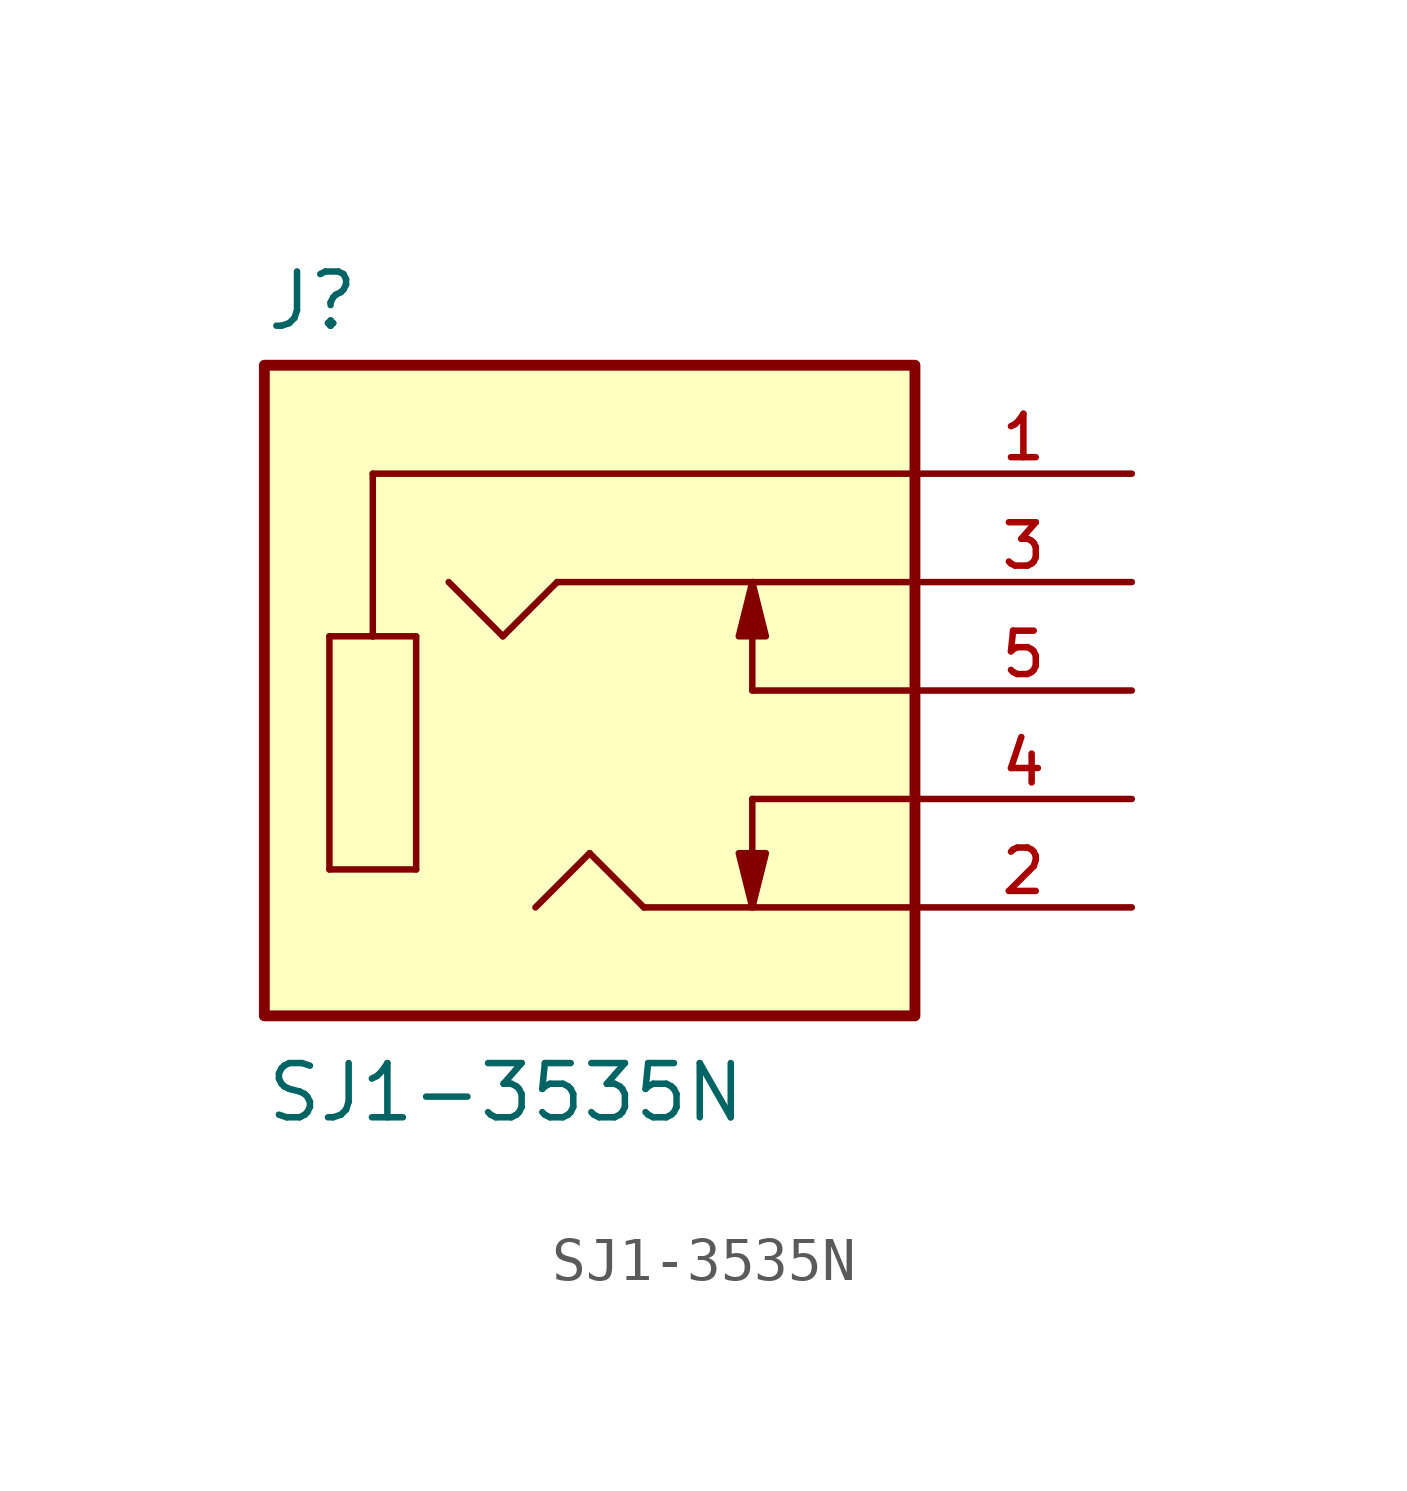
<source format=kicad_sym>
(kicad_symbol_lib
  (version 20211014)
  (generator kicad_symbol_editor)
  (symbol "SJ1-3535N"
    (pin_names
      (offset 1.016))
    (property "Reference" "J"
      (at -7.62 8.382 0)
      (effects (font (size 1.27 1.27)) (justify bottom left)))
    (property "Value" "SJ1-3535N"
      (at -7.62 -10.16 0)
      (effects (font (size 1.27 1.27)) (justify bottom left)))
    (symbol "SJ1-3535N_0_0"
      (polyline (pts (xy 7.62 5.08) (xy -5.08 5.08)) (stroke (width 0.152)))
      (polyline (pts (xy -5.08 5.08) (xy -5.08 1.27)) (stroke (width 0.152)))
      (polyline (pts (xy -5.08 1.27) (xy -4.064 1.27)) (stroke (width 0.152)))
      (polyline (pts (xy -4.064 1.27) (xy -4.064 -4.191)) (stroke (width 0.152)))
      (polyline (pts (xy -4.064 -4.191) (xy -6.096 -4.191)) (stroke (width 0.152)))
      (polyline (pts (xy -6.096 -4.191) (xy -6.096 1.27)) (stroke (width 0.152)))
      (polyline (pts (xy -6.096 1.27) (xy -5.08 1.27)) (stroke (width 0.152)))
      (polyline (pts (xy 7.62 2.54) (xy 3.81 2.54)) (stroke (width 0.152)))
      (polyline (pts (xy 3.81 2.54) (xy -0.762 2.54)) (stroke (width 0.152)))
      (polyline (pts (xy -0.762 2.54) (xy -2.032 1.27)) (stroke (width 0.152)))
      (polyline (pts (xy -2.032 1.27) (xy -3.302 2.54)) (stroke (width 0.152)))
      (polyline (pts (xy 7.62 -5.08) (xy 3.81 -5.08)) (stroke (width 0.152)))
      (polyline (pts (xy 3.81 -5.08) (xy 1.27 -5.08)) (stroke (width 0.152)))
      (polyline (pts (xy 1.27 -5.08) (xy 0.0 -3.81)) (stroke (width 0.152)))
      (polyline (pts (xy 0.0 -3.81) (xy -1.27 -5.08)) (stroke (width 0.152)))
      (polyline (pts (xy 7.62 0.0) (xy 3.81 0.0)) (stroke (width 0.152)))
      (polyline (pts (xy 3.81 0.0) (xy 3.81 2.54)) (stroke (width 0.152)))
      (polyline (pts (xy 3.81 -5.08) (xy 3.81 -2.54)) (stroke (width 0.152)))
      (polyline (pts (xy 7.62 -2.54) (xy 3.81 -2.54)) (stroke (width 0.152)))
      (polyline (pts (xy 3.81 -5.08) (xy 3.493 -3.81) (xy 4.128 -3.81) (xy 3.81 -5.08)) (stroke (width 0.152)) (fill (type outline)))
      (polyline (pts (xy 3.81 2.54) (xy 4.128 1.27) (xy 3.493 1.27) (xy 3.81 2.54)) (stroke (width 0.152)) (fill (type outline)))
      (rectangle (start -7.62 -7.62) (end 7.62 7.62) (stroke (width 0.254)) (fill (type background)))
      (pin passive line (at 12.7 5.08 180.0) (length 5.08) (name "~" (effects (font (size 1.016 1.016)))) (number "1" (effects (font (size 1.016 1.016)))))
      (pin passive line (at 12.7 -5.08 180.0) (length 5.08) (name "~" (effects (font (size 1.016 1.016)))) (number "2" (effects (font (size 1.016 1.016)))))
      (pin passive line (at 12.7 2.54 180.0) (length 5.08) (name "~" (effects (font (size 1.016 1.016)))) (number "3" (effects (font (size 1.016 1.016)))))
      (pin passive line (at 12.7 -2.54 180.0) (length 5.08) (name "~" (effects (font (size 1.016 1.016)))) (number "4" (effects (font (size 1.016 1.016)))))
      (pin passive line (at 12.7 0.0 180.0) (length 5.08) (name "~" (effects (font (size 1.016 1.016)))) (number "5" (effects (font (size 1.016 1.016))))))))
</source>
